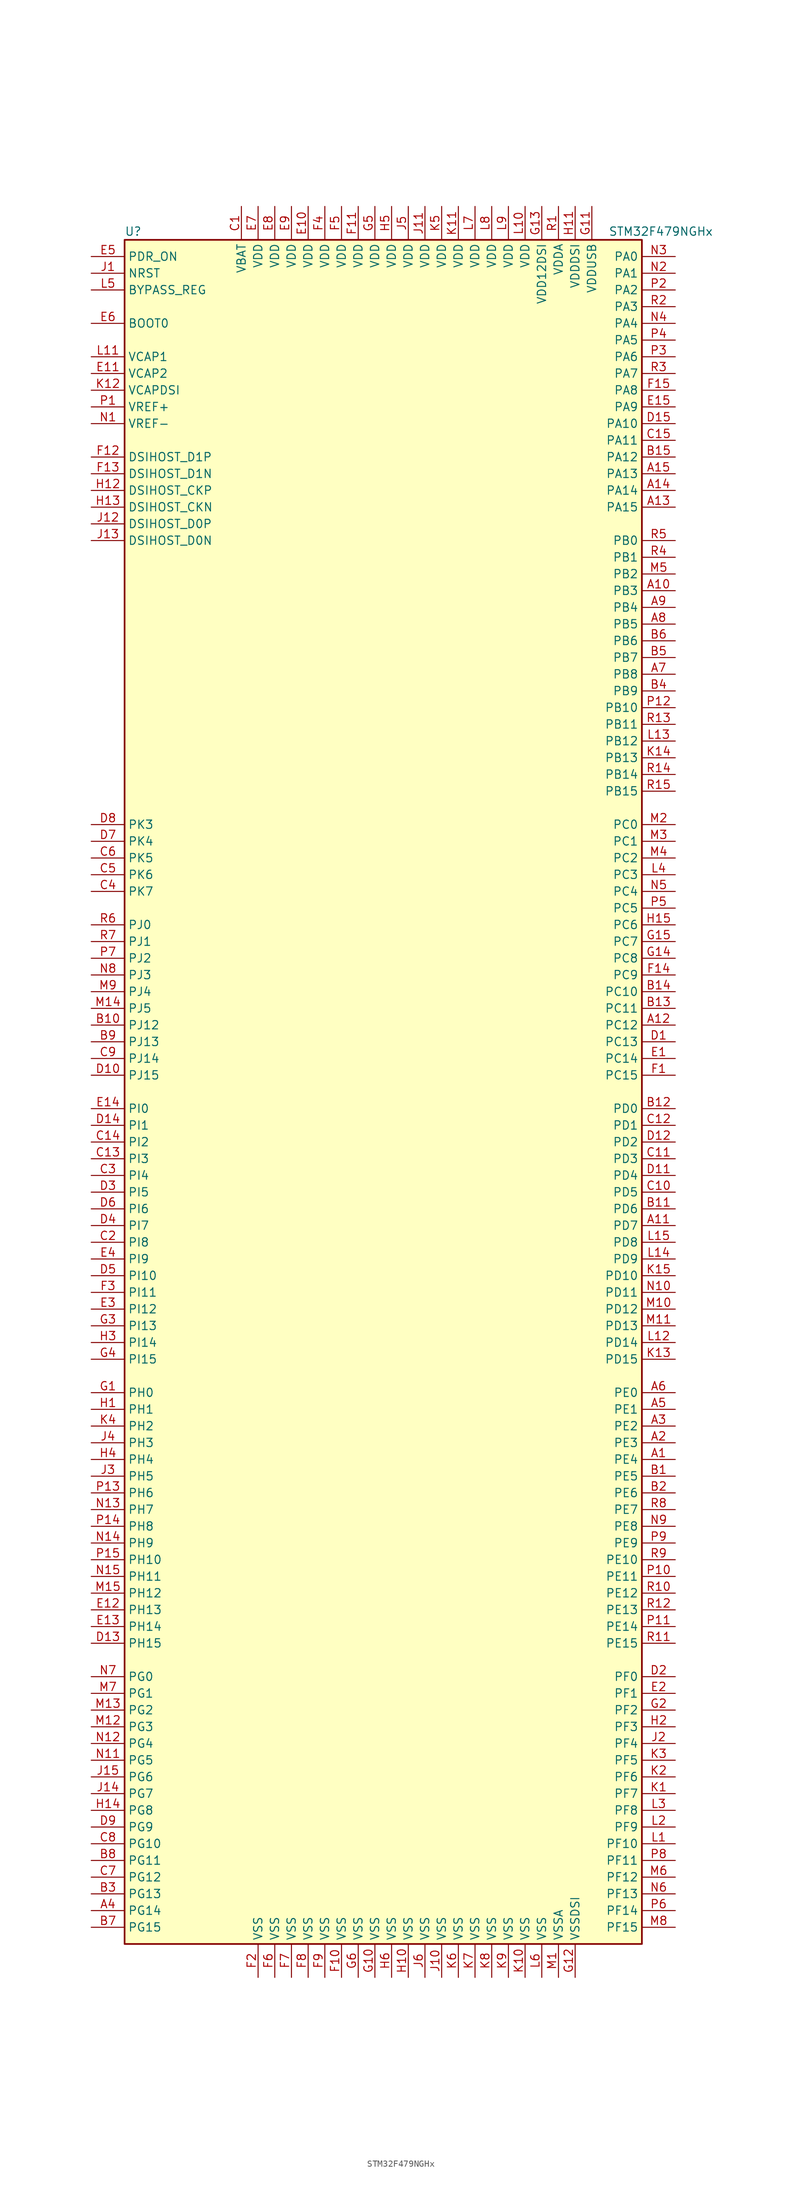
<source format=kicad_sym>
(kicad_symbol_lib
  (version 20201005)
  (generator kicad_symbol_editor)
  (symbol "MCU_ST_STM32F4:STM32F479NGHx"
    (property "Reference" "U"
      (at -40.64 130.81 0)
      (effects (font (size 1.27 1.27)) (justify left)))
    (property "Value" "STM32F479NGHx"
      (at 33.02 130.81 0)
      (effects (font (size 1.27 1.27)) (justify left)))
    (symbol "STM32F479NGHx_0_1"
      (rectangle (start -40.64 -129.54) (end 38.1 129.54) (stroke (width 0.254)) (fill (type background))))
    (symbol "STM32F479NGHx_1_1"
      (pin input line (at -45.72 116.84 0) (length 5.08) (name "BOOT0" (effects (font (size 1.27 1.27)))) (number "E6" (effects (font (size 1.27 1.27)))))
      (pin input line (at -45.72 121.92 0) (length 5.08) (name "BYPASS_REG" (effects (font (size 1.27 1.27)))) (number "L5" (effects (font (size 1.27 1.27)))))
      (pin bidirectional line (at -45.72 88.9 0) (length 5.08) (name "DSIHOST_CKN" (effects (font (size 1.27 1.27)))) (number "H13" (effects (font (size 1.27 1.27)))))
      (pin bidirectional line (at -45.72 91.44 0) (length 5.08) (name "DSIHOST_CKP" (effects (font (size 1.27 1.27)))) (number "H12" (effects (font (size 1.27 1.27)))))
      (pin bidirectional line (at -45.72 83.82 0) (length 5.08) (name "DSIHOST_D0N" (effects (font (size 1.27 1.27)))) (number "J13" (effects (font (size 1.27 1.27)))))
      (pin bidirectional line (at -45.72 86.36 0) (length 5.08) (name "DSIHOST_D0P" (effects (font (size 1.27 1.27)))) (number "J12" (effects (font (size 1.27 1.27)))))
      (pin bidirectional line (at -45.72 93.98 0) (length 5.08) (name "DSIHOST_D1N" (effects (font (size 1.27 1.27)))) (number "F13" (effects (font (size 1.27 1.27)))))
      (pin bidirectional line (at -45.72 96.52 0) (length 5.08) (name "DSIHOST_D1P" (effects (font (size 1.27 1.27)))) (number "F12" (effects (font (size 1.27 1.27)))))
      (pin input line (at -45.72 124.46 0) (length 5.08) (name "NRST" (effects (font (size 1.27 1.27)))) (number "J1" (effects (font (size 1.27 1.27)))))
      (pin bidirectional line (at 43.18 127 180) (length 5.08) (name "PA0" (effects (font (size 1.27 1.27)))) (number "N3" (effects (font (size 1.27 1.27)))))
      (pin bidirectional line (at 43.18 124.46 180) (length 5.08) (name "PA1" (effects (font (size 1.27 1.27)))) (number "N2" (effects (font (size 1.27 1.27)))))
      (pin bidirectional line (at 43.18 101.6 180) (length 5.08) (name "PA10" (effects (font (size 1.27 1.27)))) (number "D15" (effects (font (size 1.27 1.27)))))
      (pin bidirectional line (at 43.18 99.06 180) (length 5.08) (name "PA11" (effects (font (size 1.27 1.27)))) (number "C15" (effects (font (size 1.27 1.27)))))
      (pin bidirectional line (at 43.18 96.52 180) (length 5.08) (name "PA12" (effects (font (size 1.27 1.27)))) (number "B15" (effects (font (size 1.27 1.27)))))
      (pin bidirectional line (at 43.18 93.98 180) (length 5.08) (name "PA13" (effects (font (size 1.27 1.27)))) (number "A15" (effects (font (size 1.27 1.27)))))
      (pin bidirectional line (at 43.18 91.44 180) (length 5.08) (name "PA14" (effects (font (size 1.27 1.27)))) (number "A14" (effects (font (size 1.27 1.27)))))
      (pin bidirectional line (at 43.18 88.9 180) (length 5.08) (name "PA15" (effects (font (size 1.27 1.27)))) (number "A13" (effects (font (size 1.27 1.27)))))
      (pin bidirectional line (at 43.18 121.92 180) (length 5.08) (name "PA2" (effects (font (size 1.27 1.27)))) (number "P2" (effects (font (size 1.27 1.27)))))
      (pin bidirectional line (at 43.18 119.38 180) (length 5.08) (name "PA3" (effects (font (size 1.27 1.27)))) (number "R2" (effects (font (size 1.27 1.27)))))
      (pin bidirectional line (at 43.18 116.84 180) (length 5.08) (name "PA4" (effects (font (size 1.27 1.27)))) (number "N4" (effects (font (size 1.27 1.27)))))
      (pin bidirectional line (at 43.18 114.3 180) (length 5.08) (name "PA5" (effects (font (size 1.27 1.27)))) (number "P4" (effects (font (size 1.27 1.27)))))
      (pin bidirectional line (at 43.18 111.76 180) (length 5.08) (name "PA6" (effects (font (size 1.27 1.27)))) (number "P3" (effects (font (size 1.27 1.27)))))
      (pin bidirectional line (at 43.18 109.22 180) (length 5.08) (name "PA7" (effects (font (size 1.27 1.27)))) (number "R3" (effects (font (size 1.27 1.27)))))
      (pin bidirectional line (at 43.18 106.68 180) (length 5.08) (name "PA8" (effects (font (size 1.27 1.27)))) (number "F15" (effects (font (size 1.27 1.27)))))
      (pin bidirectional line (at 43.18 104.14 180) (length 5.08) (name "PA9" (effects (font (size 1.27 1.27)))) (number "E15" (effects (font (size 1.27 1.27)))))
      (pin bidirectional line (at 43.18 83.82 180) (length 5.08) (name "PB0" (effects (font (size 1.27 1.27)))) (number "R5" (effects (font (size 1.27 1.27)))))
      (pin bidirectional line (at 43.18 81.28 180) (length 5.08) (name "PB1" (effects (font (size 1.27 1.27)))) (number "R4" (effects (font (size 1.27 1.27)))))
      (pin bidirectional line (at 43.18 58.42 180) (length 5.08) (name "PB10" (effects (font (size 1.27 1.27)))) (number "P12" (effects (font (size 1.27 1.27)))))
      (pin bidirectional line (at 43.18 55.88 180) (length 5.08) (name "PB11" (effects (font (size 1.27 1.27)))) (number "R13" (effects (font (size 1.27 1.27)))))
      (pin bidirectional line (at 43.18 53.34 180) (length 5.08) (name "PB12" (effects (font (size 1.27 1.27)))) (number "L13" (effects (font (size 1.27 1.27)))))
      (pin bidirectional line (at 43.18 50.8 180) (length 5.08) (name "PB13" (effects (font (size 1.27 1.27)))) (number "K14" (effects (font (size 1.27 1.27)))))
      (pin bidirectional line (at 43.18 48.26 180) (length 5.08) (name "PB14" (effects (font (size 1.27 1.27)))) (number "R14" (effects (font (size 1.27 1.27)))))
      (pin bidirectional line (at 43.18 45.72 180) (length 5.08) (name "PB15" (effects (font (size 1.27 1.27)))) (number "R15" (effects (font (size 1.27 1.27)))))
      (pin bidirectional line (at 43.18 78.74 180) (length 5.08) (name "PB2" (effects (font (size 1.27 1.27)))) (number "M5" (effects (font (size 1.27 1.27)))))
      (pin bidirectional line (at 43.18 76.2 180) (length 5.08) (name "PB3" (effects (font (size 1.27 1.27)))) (number "A10" (effects (font (size 1.27 1.27)))))
      (pin bidirectional line (at 43.18 73.66 180) (length 5.08) (name "PB4" (effects (font (size 1.27 1.27)))) (number "A9" (effects (font (size 1.27 1.27)))))
      (pin bidirectional line (at 43.18 71.12 180) (length 5.08) (name "PB5" (effects (font (size 1.27 1.27)))) (number "A8" (effects (font (size 1.27 1.27)))))
      (pin bidirectional line (at 43.18 68.58 180) (length 5.08) (name "PB6" (effects (font (size 1.27 1.27)))) (number "B6" (effects (font (size 1.27 1.27)))))
      (pin bidirectional line (at 43.18 66.04 180) (length 5.08) (name "PB7" (effects (font (size 1.27 1.27)))) (number "B5" (effects (font (size 1.27 1.27)))))
      (pin bidirectional line (at 43.18 63.5 180) (length 5.08) (name "PB8" (effects (font (size 1.27 1.27)))) (number "A7" (effects (font (size 1.27 1.27)))))
      (pin bidirectional line (at 43.18 60.96 180) (length 5.08) (name "PB9" (effects (font (size 1.27 1.27)))) (number "B4" (effects (font (size 1.27 1.27)))))
      (pin bidirectional line (at 43.18 40.64 180) (length 5.08) (name "PC0" (effects (font (size 1.27 1.27)))) (number "M2" (effects (font (size 1.27 1.27)))))
      (pin bidirectional line (at 43.18 38.1 180) (length 5.08) (name "PC1" (effects (font (size 1.27 1.27)))) (number "M3" (effects (font (size 1.27 1.27)))))
      (pin bidirectional line (at 43.18 15.24 180) (length 5.08) (name "PC10" (effects (font (size 1.27 1.27)))) (number "B14" (effects (font (size 1.27 1.27)))))
      (pin bidirectional line (at 43.18 12.7 180) (length 5.08) (name "PC11" (effects (font (size 1.27 1.27)))) (number "B13" (effects (font (size 1.27 1.27)))))
      (pin bidirectional line (at 43.18 10.16 180) (length 5.08) (name "PC12" (effects (font (size 1.27 1.27)))) (number "A12" (effects (font (size 1.27 1.27)))))
      (pin bidirectional line (at 43.18 7.62 180) (length 5.08) (name "PC13" (effects (font (size 1.27 1.27)))) (number "D1" (effects (font (size 1.27 1.27)))))
      (pin bidirectional line (at 43.18 5.08 180) (length 5.08) (name "PC14" (effects (font (size 1.27 1.27)))) (number "E1" (effects (font (size 1.27 1.27)))))
      (pin bidirectional line (at 43.18 2.54 180) (length 5.08) (name "PC15" (effects (font (size 1.27 1.27)))) (number "F1" (effects (font (size 1.27 1.27)))))
      (pin bidirectional line (at 43.18 35.56 180) (length 5.08) (name "PC2" (effects (font (size 1.27 1.27)))) (number "M4" (effects (font (size 1.27 1.27)))))
      (pin bidirectional line (at 43.18 33.02 180) (length 5.08) (name "PC3" (effects (font (size 1.27 1.27)))) (number "L4" (effects (font (size 1.27 1.27)))))
      (pin bidirectional line (at 43.18 30.48 180) (length 5.08) (name "PC4" (effects (font (size 1.27 1.27)))) (number "N5" (effects (font (size 1.27 1.27)))))
      (pin bidirectional line (at 43.18 27.94 180) (length 5.08) (name "PC5" (effects (font (size 1.27 1.27)))) (number "P5" (effects (font (size 1.27 1.27)))))
      (pin bidirectional line (at 43.18 25.4 180) (length 5.08) (name "PC6" (effects (font (size 1.27 1.27)))) (number "H15" (effects (font (size 1.27 1.27)))))
      (pin bidirectional line (at 43.18 22.86 180) (length 5.08) (name "PC7" (effects (font (size 1.27 1.27)))) (number "G15" (effects (font (size 1.27 1.27)))))
      (pin bidirectional line (at 43.18 20.32 180) (length 5.08) (name "PC8" (effects (font (size 1.27 1.27)))) (number "G14" (effects (font (size 1.27 1.27)))))
      (pin bidirectional line (at 43.18 17.78 180) (length 5.08) (name "PC9" (effects (font (size 1.27 1.27)))) (number "F14" (effects (font (size 1.27 1.27)))))
      (pin bidirectional line (at 43.18 -2.54 180) (length 5.08) (name "PD0" (effects (font (size 1.27 1.27)))) (number "B12" (effects (font (size 1.27 1.27)))))
      (pin bidirectional line (at 43.18 -5.08 180) (length 5.08) (name "PD1" (effects (font (size 1.27 1.27)))) (number "C12" (effects (font (size 1.27 1.27)))))
      (pin bidirectional line (at 43.18 -27.94 180) (length 5.08) (name "PD10" (effects (font (size 1.27 1.27)))) (number "K15" (effects (font (size 1.27 1.27)))))
      (pin bidirectional line (at 43.18 -30.48 180) (length 5.08) (name "PD11" (effects (font (size 1.27 1.27)))) (number "N10" (effects (font (size 1.27 1.27)))))
      (pin bidirectional line (at 43.18 -33.02 180) (length 5.08) (name "PD12" (effects (font (size 1.27 1.27)))) (number "M10" (effects (font (size 1.27 1.27)))))
      (pin bidirectional line (at 43.18 -35.56 180) (length 5.08) (name "PD13" (effects (font (size 1.27 1.27)))) (number "M11" (effects (font (size 1.27 1.27)))))
      (pin bidirectional line (at 43.18 -38.1 180) (length 5.08) (name "PD14" (effects (font (size 1.27 1.27)))) (number "L12" (effects (font (size 1.27 1.27)))))
      (pin bidirectional line (at 43.18 -40.64 180) (length 5.08) (name "PD15" (effects (font (size 1.27 1.27)))) (number "K13" (effects (font (size 1.27 1.27)))))
      (pin bidirectional line (at 43.18 -7.62 180) (length 5.08) (name "PD2" (effects (font (size 1.27 1.27)))) (number "D12" (effects (font (size 1.27 1.27)))))
      (pin bidirectional line (at 43.18 -10.16 180) (length 5.08) (name "PD3" (effects (font (size 1.27 1.27)))) (number "C11" (effects (font (size 1.27 1.27)))))
      (pin bidirectional line (at 43.18 -12.7 180) (length 5.08) (name "PD4" (effects (font (size 1.27 1.27)))) (number "D11" (effects (font (size 1.27 1.27)))))
      (pin bidirectional line (at 43.18 -15.24 180) (length 5.08) (name "PD5" (effects (font (size 1.27 1.27)))) (number "C10" (effects (font (size 1.27 1.27)))))
      (pin bidirectional line (at 43.18 -17.78 180) (length 5.08) (name "PD6" (effects (font (size 1.27 1.27)))) (number "B11" (effects (font (size 1.27 1.27)))))
      (pin bidirectional line (at 43.18 -20.32 180) (length 5.08) (name "PD7" (effects (font (size 1.27 1.27)))) (number "A11" (effects (font (size 1.27 1.27)))))
      (pin bidirectional line (at 43.18 -22.86 180) (length 5.08) (name "PD8" (effects (font (size 1.27 1.27)))) (number "L15" (effects (font (size 1.27 1.27)))))
      (pin bidirectional line (at 43.18 -25.4 180) (length 5.08) (name "PD9" (effects (font (size 1.27 1.27)))) (number "L14" (effects (font (size 1.27 1.27)))))
      (pin input line (at -45.72 127 0) (length 5.08) (name "PDR_ON" (effects (font (size 1.27 1.27)))) (number "E5" (effects (font (size 1.27 1.27)))))
      (pin bidirectional line (at 43.18 -45.72 180) (length 5.08) (name "PE0" (effects (font (size 1.27 1.27)))) (number "A6" (effects (font (size 1.27 1.27)))))
      (pin bidirectional line (at 43.18 -48.26 180) (length 5.08) (name "PE1" (effects (font (size 1.27 1.27)))) (number "A5" (effects (font (size 1.27 1.27)))))
      (pin bidirectional line (at 43.18 -71.12 180) (length 5.08) (name "PE10" (effects (font (size 1.27 1.27)))) (number "R9" (effects (font (size 1.27 1.27)))))
      (pin bidirectional line (at 43.18 -73.66 180) (length 5.08) (name "PE11" (effects (font (size 1.27 1.27)))) (number "P10" (effects (font (size 1.27 1.27)))))
      (pin bidirectional line (at 43.18 -76.2 180) (length 5.08) (name "PE12" (effects (font (size 1.27 1.27)))) (number "R10" (effects (font (size 1.27 1.27)))))
      (pin bidirectional line (at 43.18 -78.74 180) (length 5.08) (name "PE13" (effects (font (size 1.27 1.27)))) (number "R12" (effects (font (size 1.27 1.27)))))
      (pin bidirectional line (at 43.18 -81.28 180) (length 5.08) (name "PE14" (effects (font (size 1.27 1.27)))) (number "P11" (effects (font (size 1.27 1.27)))))
      (pin bidirectional line (at 43.18 -83.82 180) (length 5.08) (name "PE15" (effects (font (size 1.27 1.27)))) (number "R11" (effects (font (size 1.27 1.27)))))
      (pin bidirectional line (at 43.18 -50.8 180) (length 5.08) (name "PE2" (effects (font (size 1.27 1.27)))) (number "A3" (effects (font (size 1.27 1.27)))))
      (pin bidirectional line (at 43.18 -53.34 180) (length 5.08) (name "PE3" (effects (font (size 1.27 1.27)))) (number "A2" (effects (font (size 1.27 1.27)))))
      (pin bidirectional line (at 43.18 -55.88 180) (length 5.08) (name "PE4" (effects (font (size 1.27 1.27)))) (number "A1" (effects (font (size 1.27 1.27)))))
      (pin bidirectional line (at 43.18 -58.42 180) (length 5.08) (name "PE5" (effects (font (size 1.27 1.27)))) (number "B1" (effects (font (size 1.27 1.27)))))
      (pin bidirectional line (at 43.18 -60.96 180) (length 5.08) (name "PE6" (effects (font (size 1.27 1.27)))) (number "B2" (effects (font (size 1.27 1.27)))))
      (pin bidirectional line (at 43.18 -63.5 180) (length 5.08) (name "PE7" (effects (font (size 1.27 1.27)))) (number "R8" (effects (font (size 1.27 1.27)))))
      (pin bidirectional line (at 43.18 -66.04 180) (length 5.08) (name "PE8" (effects (font (size 1.27 1.27)))) (number "N9" (effects (font (size 1.27 1.27)))))
      (pin bidirectional line (at 43.18 -68.58 180) (length 5.08) (name "PE9" (effects (font (size 1.27 1.27)))) (number "P9" (effects (font (size 1.27 1.27)))))
      (pin bidirectional line (at 43.18 -88.9 180) (length 5.08) (name "PF0" (effects (font (size 1.27 1.27)))) (number "D2" (effects (font (size 1.27 1.27)))))
      (pin bidirectional line (at 43.18 -91.44 180) (length 5.08) (name "PF1" (effects (font (size 1.27 1.27)))) (number "E2" (effects (font (size 1.27 1.27)))))
      (pin bidirectional line (at 43.18 -114.3 180) (length 5.08) (name "PF10" (effects (font (size 1.27 1.27)))) (number "L1" (effects (font (size 1.27 1.27)))))
      (pin bidirectional line (at 43.18 -116.84 180) (length 5.08) (name "PF11" (effects (font (size 1.27 1.27)))) (number "P8" (effects (font (size 1.27 1.27)))))
      (pin bidirectional line (at 43.18 -119.38 180) (length 5.08) (name "PF12" (effects (font (size 1.27 1.27)))) (number "M6" (effects (font (size 1.27 1.27)))))
      (pin bidirectional line (at 43.18 -121.92 180) (length 5.08) (name "PF13" (effects (font (size 1.27 1.27)))) (number "N6" (effects (font (size 1.27 1.27)))))
      (pin bidirectional line (at 43.18 -124.46 180) (length 5.08) (name "PF14" (effects (font (size 1.27 1.27)))) (number "P6" (effects (font (size 1.27 1.27)))))
      (pin bidirectional line (at 43.18 -127 180) (length 5.08) (name "PF15" (effects (font (size 1.27 1.27)))) (number "M8" (effects (font (size 1.27 1.27)))))
      (pin bidirectional line (at 43.18 -93.98 180) (length 5.08) (name "PF2" (effects (font (size 1.27 1.27)))) (number "G2" (effects (font (size 1.27 1.27)))))
      (pin bidirectional line (at 43.18 -96.52 180) (length 5.08) (name "PF3" (effects (font (size 1.27 1.27)))) (number "H2" (effects (font (size 1.27 1.27)))))
      (pin bidirectional line (at 43.18 -99.06 180) (length 5.08) (name "PF4" (effects (font (size 1.27 1.27)))) (number "J2" (effects (font (size 1.27 1.27)))))
      (pin bidirectional line (at 43.18 -101.6 180) (length 5.08) (name "PF5" (effects (font (size 1.27 1.27)))) (number "K3" (effects (font (size 1.27 1.27)))))
      (pin bidirectional line (at 43.18 -104.14 180) (length 5.08) (name "PF6" (effects (font (size 1.27 1.27)))) (number "K2" (effects (font (size 1.27 1.27)))))
      (pin bidirectional line (at 43.18 -106.68 180) (length 5.08) (name "PF7" (effects (font (size 1.27 1.27)))) (number "K1" (effects (font (size 1.27 1.27)))))
      (pin bidirectional line (at 43.18 -109.22 180) (length 5.08) (name "PF8" (effects (font (size 1.27 1.27)))) (number "L3" (effects (font (size 1.27 1.27)))))
      (pin bidirectional line (at 43.18 -111.76 180) (length 5.08) (name "PF9" (effects (font (size 1.27 1.27)))) (number "L2" (effects (font (size 1.27 1.27)))))
      (pin bidirectional line (at -45.72 -88.9 0) (length 5.08) (name "PG0" (effects (font (size 1.27 1.27)))) (number "N7" (effects (font (size 1.27 1.27)))))
      (pin bidirectional line (at -45.72 -91.44 0) (length 5.08) (name "PG1" (effects (font (size 1.27 1.27)))) (number "M7" (effects (font (size 1.27 1.27)))))
      (pin bidirectional line (at -45.72 -114.3 0) (length 5.08) (name "PG10" (effects (font (size 1.27 1.27)))) (number "C8" (effects (font (size 1.27 1.27)))))
      (pin bidirectional line (at -45.72 -116.84 0) (length 5.08) (name "PG11" (effects (font (size 1.27 1.27)))) (number "B8" (effects (font (size 1.27 1.27)))))
      (pin bidirectional line (at -45.72 -119.38 0) (length 5.08) (name "PG12" (effects (font (size 1.27 1.27)))) (number "C7" (effects (font (size 1.27 1.27)))))
      (pin bidirectional line (at -45.72 -121.92 0) (length 5.08) (name "PG13" (effects (font (size 1.27 1.27)))) (number "B3" (effects (font (size 1.27 1.27)))))
      (pin bidirectional line (at -45.72 -124.46 0) (length 5.08) (name "PG14" (effects (font (size 1.27 1.27)))) (number "A4" (effects (font (size 1.27 1.27)))))
      (pin bidirectional line (at -45.72 -127 0) (length 5.08) (name "PG15" (effects (font (size 1.27 1.27)))) (number "B7" (effects (font (size 1.27 1.27)))))
      (pin bidirectional line (at -45.72 -93.98 0) (length 5.08) (name "PG2" (effects (font (size 1.27 1.27)))) (number "M13" (effects (font (size 1.27 1.27)))))
      (pin bidirectional line (at -45.72 -96.52 0) (length 5.08) (name "PG3" (effects (font (size 1.27 1.27)))) (number "M12" (effects (font (size 1.27 1.27)))))
      (pin bidirectional line (at -45.72 -99.06 0) (length 5.08) (name "PG4" (effects (font (size 1.27 1.27)))) (number "N12" (effects (font (size 1.27 1.27)))))
      (pin bidirectional line (at -45.72 -101.6 0) (length 5.08) (name "PG5" (effects (font (size 1.27 1.27)))) (number "N11" (effects (font (size 1.27 1.27)))))
      (pin bidirectional line (at -45.72 -104.14 0) (length 5.08) (name "PG6" (effects (font (size 1.27 1.27)))) (number "J15" (effects (font (size 1.27 1.27)))))
      (pin bidirectional line (at -45.72 -106.68 0) (length 5.08) (name "PG7" (effects (font (size 1.27 1.27)))) (number "J14" (effects (font (size 1.27 1.27)))))
      (pin bidirectional line (at -45.72 -109.22 0) (length 5.08) (name "PG8" (effects (font (size 1.27 1.27)))) (number "H14" (effects (font (size 1.27 1.27)))))
      (pin bidirectional line (at -45.72 -111.76 0) (length 5.08) (name "PG9" (effects (font (size 1.27 1.27)))) (number "D9" (effects (font (size 1.27 1.27)))))
      (pin input line (at -45.72 -45.72 0) (length 5.08) (name "PH0" (effects (font (size 1.27 1.27)))) (number "G1" (effects (font (size 1.27 1.27)))))
      (pin input line (at -45.72 -48.26 0) (length 5.08) (name "PH1" (effects (font (size 1.27 1.27)))) (number "H1" (effects (font (size 1.27 1.27)))))
      (pin bidirectional line (at -45.72 -71.12 0) (length 5.08) (name "PH10" (effects (font (size 1.27 1.27)))) (number "P15" (effects (font (size 1.27 1.27)))))
      (pin bidirectional line (at -45.72 -73.66 0) (length 5.08) (name "PH11" (effects (font (size 1.27 1.27)))) (number "N15" (effects (font (size 1.27 1.27)))))
      (pin bidirectional line (at -45.72 -76.2 0) (length 5.08) (name "PH12" (effects (font (size 1.27 1.27)))) (number "M15" (effects (font (size 1.27 1.27)))))
      (pin bidirectional line (at -45.72 -78.74 0) (length 5.08) (name "PH13" (effects (font (size 1.27 1.27)))) (number "E12" (effects (font (size 1.27 1.27)))))
      (pin bidirectional line (at -45.72 -81.28 0) (length 5.08) (name "PH14" (effects (font (size 1.27 1.27)))) (number "E13" (effects (font (size 1.27 1.27)))))
      (pin bidirectional line (at -45.72 -83.82 0) (length 5.08) (name "PH15" (effects (font (size 1.27 1.27)))) (number "D13" (effects (font (size 1.27 1.27)))))
      (pin bidirectional line (at -45.72 -50.8 0) (length 5.08) (name "PH2" (effects (font (size 1.27 1.27)))) (number "K4" (effects (font (size 1.27 1.27)))))
      (pin bidirectional line (at -45.72 -53.34 0) (length 5.08) (name "PH3" (effects (font (size 1.27 1.27)))) (number "J4" (effects (font (size 1.27 1.27)))))
      (pin bidirectional line (at -45.72 -55.88 0) (length 5.08) (name "PH4" (effects (font (size 1.27 1.27)))) (number "H4" (effects (font (size 1.27 1.27)))))
      (pin bidirectional line (at -45.72 -58.42 0) (length 5.08) (name "PH5" (effects (font (size 1.27 1.27)))) (number "J3" (effects (font (size 1.27 1.27)))))
      (pin bidirectional line (at -45.72 -60.96 0) (length 5.08) (name "PH6" (effects (font (size 1.27 1.27)))) (number "P13" (effects (font (size 1.27 1.27)))))
      (pin bidirectional line (at -45.72 -63.5 0) (length 5.08) (name "PH7" (effects (font (size 1.27 1.27)))) (number "N13" (effects (font (size 1.27 1.27)))))
      (pin bidirectional line (at -45.72 -66.04 0) (length 5.08) (name "PH8" (effects (font (size 1.27 1.27)))) (number "P14" (effects (font (size 1.27 1.27)))))
      (pin bidirectional line (at -45.72 -68.58 0) (length 5.08) (name "PH9" (effects (font (size 1.27 1.27)))) (number "N14" (effects (font (size 1.27 1.27)))))
      (pin bidirectional line (at -45.72 -2.54 0) (length 5.08) (name "PI0" (effects (font (size 1.27 1.27)))) (number "E14" (effects (font (size 1.27 1.27)))))
      (pin bidirectional line (at -45.72 -5.08 0) (length 5.08) (name "PI1" (effects (font (size 1.27 1.27)))) (number "D14" (effects (font (size 1.27 1.27)))))
      (pin bidirectional line (at -45.72 -27.94 0) (length 5.08) (name "PI10" (effects (font (size 1.27 1.27)))) (number "D5" (effects (font (size 1.27 1.27)))))
      (pin bidirectional line (at -45.72 -30.48 0) (length 5.08) (name "PI11" (effects (font (size 1.27 1.27)))) (number "F3" (effects (font (size 1.27 1.27)))))
      (pin bidirectional line (at -45.72 -33.02 0) (length 5.08) (name "PI12" (effects (font (size 1.27 1.27)))) (number "E3" (effects (font (size 1.27 1.27)))))
      (pin bidirectional line (at -45.72 -35.56 0) (length 5.08) (name "PI13" (effects (font (size 1.27 1.27)))) (number "G3" (effects (font (size 1.27 1.27)))))
      (pin bidirectional line (at -45.72 -38.1 0) (length 5.08) (name "PI14" (effects (font (size 1.27 1.27)))) (number "H3" (effects (font (size 1.27 1.27)))))
      (pin bidirectional line (at -45.72 -40.64 0) (length 5.08) (name "PI15" (effects (font (size 1.27 1.27)))) (number "G4" (effects (font (size 1.27 1.27)))))
      (pin bidirectional line (at -45.72 -7.62 0) (length 5.08) (name "PI2" (effects (font (size 1.27 1.27)))) (number "C14" (effects (font (size 1.27 1.27)))))
      (pin bidirectional line (at -45.72 -10.16 0) (length 5.08) (name "PI3" (effects (font (size 1.27 1.27)))) (number "C13" (effects (font (size 1.27 1.27)))))
      (pin bidirectional line (at -45.72 -12.7 0) (length 5.08) (name "PI4" (effects (font (size 1.27 1.27)))) (number "C3" (effects (font (size 1.27 1.27)))))
      (pin bidirectional line (at -45.72 -15.24 0) (length 5.08) (name "PI5" (effects (font (size 1.27 1.27)))) (number "D3" (effects (font (size 1.27 1.27)))))
      (pin bidirectional line (at -45.72 -17.78 0) (length 5.08) (name "PI6" (effects (font (size 1.27 1.27)))) (number "D6" (effects (font (size 1.27 1.27)))))
      (pin bidirectional line (at -45.72 -20.32 0) (length 5.08) (name "PI7" (effects (font (size 1.27 1.27)))) (number "D4" (effects (font (size 1.27 1.27)))))
      (pin bidirectional line (at -45.72 -22.86 0) (length 5.08) (name "PI8" (effects (font (size 1.27 1.27)))) (number "C2" (effects (font (size 1.27 1.27)))))
      (pin bidirectional line (at -45.72 -25.4 0) (length 5.08) (name "PI9" (effects (font (size 1.27 1.27)))) (number "E4" (effects (font (size 1.27 1.27)))))
      (pin bidirectional line (at -45.72 25.4 0) (length 5.08) (name "PJ0" (effects (font (size 1.27 1.27)))) (number "R6" (effects (font (size 1.27 1.27)))))
      (pin bidirectional line (at -45.72 22.86 0) (length 5.08) (name "PJ1" (effects (font (size 1.27 1.27)))) (number "R7" (effects (font (size 1.27 1.27)))))
      (pin bidirectional line (at -45.72 10.16 0) (length 5.08) (name "PJ12" (effects (font (size 1.27 1.27)))) (number "B10" (effects (font (size 1.27 1.27)))))
      (pin bidirectional line (at -45.72 7.62 0) (length 5.08) (name "PJ13" (effects (font (size 1.27 1.27)))) (number "B9" (effects (font (size 1.27 1.27)))))
      (pin bidirectional line (at -45.72 5.08 0) (length 5.08) (name "PJ14" (effects (font (size 1.27 1.27)))) (number "C9" (effects (font (size 1.27 1.27)))))
      (pin bidirectional line (at -45.72 2.54 0) (length 5.08) (name "PJ15" (effects (font (size 1.27 1.27)))) (number "D10" (effects (font (size 1.27 1.27)))))
      (pin bidirectional line (at -45.72 20.32 0) (length 5.08) (name "PJ2" (effects (font (size 1.27 1.27)))) (number "P7" (effects (font (size 1.27 1.27)))))
      (pin bidirectional line (at -45.72 17.78 0) (length 5.08) (name "PJ3" (effects (font (size 1.27 1.27)))) (number "N8" (effects (font (size 1.27 1.27)))))
      (pin bidirectional line (at -45.72 15.24 0) (length 5.08) (name "PJ4" (effects (font (size 1.27 1.27)))) (number "M9" (effects (font (size 1.27 1.27)))))
      (pin bidirectional line (at -45.72 12.7 0) (length 5.08) (name "PJ5" (effects (font (size 1.27 1.27)))) (number "M14" (effects (font (size 1.27 1.27)))))
      (pin bidirectional line (at -45.72 40.64 0) (length 5.08) (name "PK3" (effects (font (size 1.27 1.27)))) (number "D8" (effects (font (size 1.27 1.27)))))
      (pin bidirectional line (at -45.72 38.1 0) (length 5.08) (name "PK4" (effects (font (size 1.27 1.27)))) (number "D7" (effects (font (size 1.27 1.27)))))
      (pin bidirectional line (at -45.72 35.56 0) (length 5.08) (name "PK5" (effects (font (size 1.27 1.27)))) (number "C6" (effects (font (size 1.27 1.27)))))
      (pin bidirectional line (at -45.72 33.02 0) (length 5.08) (name "PK6" (effects (font (size 1.27 1.27)))) (number "C5" (effects (font (size 1.27 1.27)))))
      (pin bidirectional line (at -45.72 30.48 0) (length 5.08) (name "PK7" (effects (font (size 1.27 1.27)))) (number "C4" (effects (font (size 1.27 1.27)))))
      (pin power_in line (at -22.86 134.62 270) (length 5.08) (name "VBAT" (effects (font (size 1.27 1.27)))) (number "C1" (effects (font (size 1.27 1.27)))))
      (pin power_in line (at -45.72 111.76 0) (length 5.08) (name "VCAP1" (effects (font (size 1.27 1.27)))) (number "L11" (effects (font (size 1.27 1.27)))))
      (pin power_in line (at -45.72 109.22 0) (length 5.08) (name "VCAP2" (effects (font (size 1.27 1.27)))) (number "E11" (effects (font (size 1.27 1.27)))))
      (pin power_in line (at -45.72 106.68 0) (length 5.08) (name "VCAPDSI" (effects (font (size 1.27 1.27)))) (number "K12" (effects (font (size 1.27 1.27)))))
      (pin power_in line (at -12.7 134.62 270) (length 5.08) (name "VDD" (effects (font (size 1.27 1.27)))) (number "E10" (effects (font (size 1.27 1.27)))))
      (pin power_in line (at -20.32 134.62 270) (length 5.08) (name "VDD" (effects (font (size 1.27 1.27)))) (number "E7" (effects (font (size 1.27 1.27)))))
      (pin power_in line (at -17.78 134.62 270) (length 5.08) (name "VDD" (effects (font (size 1.27 1.27)))) (number "E8" (effects (font (size 1.27 1.27)))))
      (pin power_in line (at -15.24 134.62 270) (length 5.08) (name "VDD" (effects (font (size 1.27 1.27)))) (number "E9" (effects (font (size 1.27 1.27)))))
      (pin power_in line (at -5.08 134.62 270) (length 5.08) (name "VDD" (effects (font (size 1.27 1.27)))) (number "F11" (effects (font (size 1.27 1.27)))))
      (pin power_in line (at -10.16 134.62 270) (length 5.08) (name "VDD" (effects (font (size 1.27 1.27)))) (number "F4" (effects (font (size 1.27 1.27)))))
      (pin power_in line (at -7.62 134.62 270) (length 5.08) (name "VDD" (effects (font (size 1.27 1.27)))) (number "F5" (effects (font (size 1.27 1.27)))))
      (pin power_in line (at -2.54 134.62 270) (length 5.08) (name "VDD" (effects (font (size 1.27 1.27)))) (number "G5" (effects (font (size 1.27 1.27)))))
      (pin power_in line (at 0 134.62 270) (length 5.08) (name "VDD" (effects (font (size 1.27 1.27)))) (number "H5" (effects (font (size 1.27 1.27)))))
      (pin power_in line (at 5.08 134.62 270) (length 5.08) (name "VDD" (effects (font (size 1.27 1.27)))) (number "J11" (effects (font (size 1.27 1.27)))))
      (pin power_in line (at 2.54 134.62 270) (length 5.08) (name "VDD" (effects (font (size 1.27 1.27)))) (number "J5" (effects (font (size 1.27 1.27)))))
      (pin power_in line (at 10.16 134.62 270) (length 5.08) (name "VDD" (effects (font (size 1.27 1.27)))) (number "K11" (effects (font (size 1.27 1.27)))))
      (pin power_in line (at 7.62 134.62 270) (length 5.08) (name "VDD" (effects (font (size 1.27 1.27)))) (number "K5" (effects (font (size 1.27 1.27)))))
      (pin power_in line (at 20.32 134.62 270) (length 5.08) (name "VDD" (effects (font (size 1.27 1.27)))) (number "L10" (effects (font (size 1.27 1.27)))))
      (pin power_in line (at 12.7 134.62 270) (length 5.08) (name "VDD" (effects (font (size 1.27 1.27)))) (number "L7" (effects (font (size 1.27 1.27)))))
      (pin power_in line (at 15.24 134.62 270) (length 5.08) (name "VDD" (effects (font (size 1.27 1.27)))) (number "L8" (effects (font (size 1.27 1.27)))))
      (pin power_in line (at 17.78 134.62 270) (length 5.08) (name "VDD" (effects (font (size 1.27 1.27)))) (number "L9" (effects (font (size 1.27 1.27)))))
      (pin power_in line (at 22.86 134.62 270) (length 5.08) (name "VDD12DSI" (effects (font (size 1.27 1.27)))) (number "G13" (effects (font (size 1.27 1.27)))))
      (pin power_in line (at 25.4 134.62 270) (length 5.08) (name "VDDA" (effects (font (size 1.27 1.27)))) (number "R1" (effects (font (size 1.27 1.27)))))
      (pin power_in line (at 27.94 134.62 270) (length 5.08) (name "VDDDSI" (effects (font (size 1.27 1.27)))) (number "H11" (effects (font (size 1.27 1.27)))))
      (pin power_in line (at 30.48 134.62 270) (length 5.08) (name "VDDUSB" (effects (font (size 1.27 1.27)))) (number "G11" (effects (font (size 1.27 1.27)))))
      (pin power_in line (at -45.72 104.14 0) (length 5.08) (name "VREF+" (effects (font (size 1.27 1.27)))) (number "P1" (effects (font (size 1.27 1.27)))))
      (pin power_in line (at -45.72 101.6 0) (length 5.08) (name "VREF-" (effects (font (size 1.27 1.27)))) (number "N1" (effects (font (size 1.27 1.27)))))
      (pin power_in line (at -7.62 -134.62 90) (length 5.08) (name "VSS" (effects (font (size 1.27 1.27)))) (number "F10" (effects (font (size 1.27 1.27)))))
      (pin power_in line (at -20.32 -134.62 90) (length 5.08) (name "VSS" (effects (font (size 1.27 1.27)))) (number "F2" (effects (font (size 1.27 1.27)))))
      (pin power_in line (at -17.78 -134.62 90) (length 5.08) (name "VSS" (effects (font (size 1.27 1.27)))) (number "F6" (effects (font (size 1.27 1.27)))))
      (pin power_in line (at -15.24 -134.62 90) (length 5.08) (name "VSS" (effects (font (size 1.27 1.27)))) (number "F7" (effects (font (size 1.27 1.27)))))
      (pin power_in line (at -12.7 -134.62 90) (length 5.08) (name "VSS" (effects (font (size 1.27 1.27)))) (number "F8" (effects (font (size 1.27 1.27)))))
      (pin power_in line (at -10.16 -134.62 90) (length 5.08) (name "VSS" (effects (font (size 1.27 1.27)))) (number "F9" (effects (font (size 1.27 1.27)))))
      (pin power_in line (at -2.54 -134.62 90) (length 5.08) (name "VSS" (effects (font (size 1.27 1.27)))) (number "G10" (effects (font (size 1.27 1.27)))))
      (pin power_in line (at -5.08 -134.62 90) (length 5.08) (name "VSS" (effects (font (size 1.27 1.27)))) (number "G6" (effects (font (size 1.27 1.27)))))
      (pin power_in line (at 2.54 -134.62 90) (length 5.08) (name "VSS" (effects (font (size 1.27 1.27)))) (number "H10" (effects (font (size 1.27 1.27)))))
      (pin power_in line (at 0 -134.62 90) (length 5.08) (name "VSS" (effects (font (size 1.27 1.27)))) (number "H6" (effects (font (size 1.27 1.27)))))
      (pin power_in line (at 7.62 -134.62 90) (length 5.08) (name "VSS" (effects (font (size 1.27 1.27)))) (number "J10" (effects (font (size 1.27 1.27)))))
      (pin power_in line (at 5.08 -134.62 90) (length 5.08) (name "VSS" (effects (font (size 1.27 1.27)))) (number "J6" (effects (font (size 1.27 1.27)))))
      (pin power_in line (at 20.32 -134.62 90) (length 5.08) (name "VSS" (effects (font (size 1.27 1.27)))) (number "K10" (effects (font (size 1.27 1.27)))))
      (pin power_in line (at 10.16 -134.62 90) (length 5.08) (name "VSS" (effects (font (size 1.27 1.27)))) (number "K6" (effects (font (size 1.27 1.27)))))
      (pin power_in line (at 12.7 -134.62 90) (length 5.08) (name "VSS" (effects (font (size 1.27 1.27)))) (number "K7" (effects (font (size 1.27 1.27)))))
      (pin power_in line (at 15.24 -134.62 90) (length 5.08) (name "VSS" (effects (font (size 1.27 1.27)))) (number "K8" (effects (font (size 1.27 1.27)))))
      (pin power_in line (at 17.78 -134.62 90) (length 5.08) (name "VSS" (effects (font (size 1.27 1.27)))) (number "K9" (effects (font (size 1.27 1.27)))))
      (pin power_in line (at 22.86 -134.62 90) (length 5.08) (name "VSS" (effects (font (size 1.27 1.27)))) (number "L6" (effects (font (size 1.27 1.27)))))
      (pin power_in line (at 25.4 -134.62 90) (length 5.08) (name "VSSA" (effects (font (size 1.27 1.27)))) (number "M1" (effects (font (size 1.27 1.27)))))
      (pin power_in line (at 27.94 -134.62 90) (length 5.08) (name "VSSDSI" (effects (font (size 1.27 1.27)))) (number "G12" (effects (font (size 1.27 1.27))))))))
</source>
